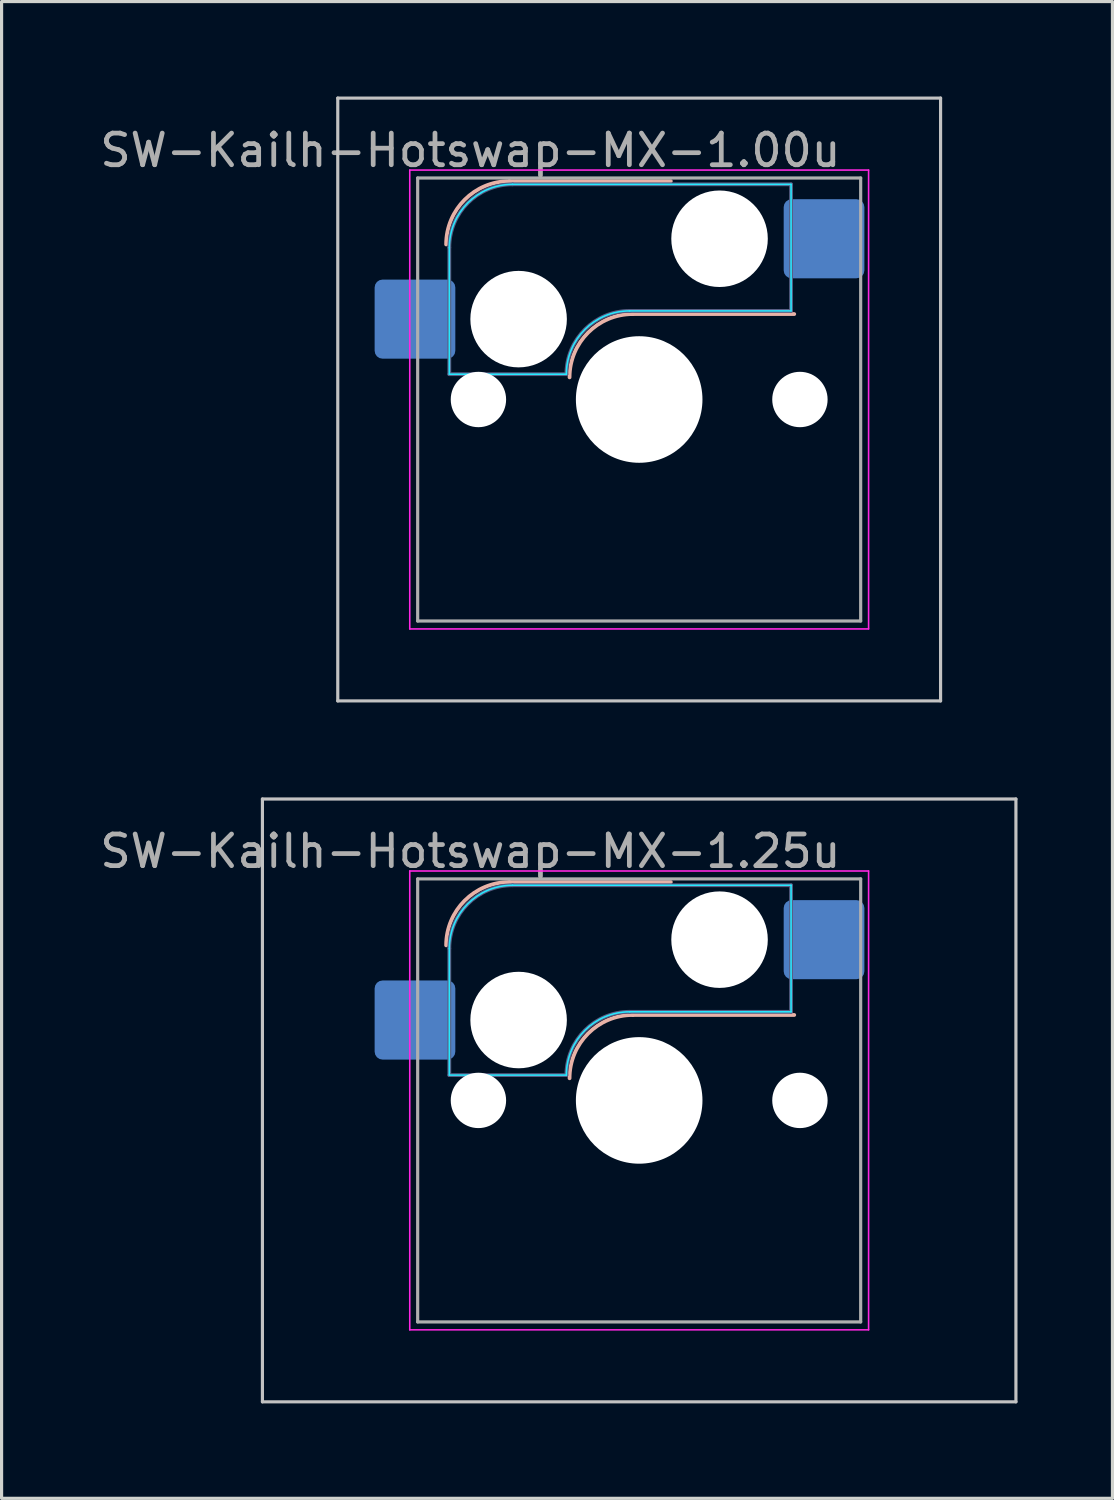
<source format=kicad_pcb>
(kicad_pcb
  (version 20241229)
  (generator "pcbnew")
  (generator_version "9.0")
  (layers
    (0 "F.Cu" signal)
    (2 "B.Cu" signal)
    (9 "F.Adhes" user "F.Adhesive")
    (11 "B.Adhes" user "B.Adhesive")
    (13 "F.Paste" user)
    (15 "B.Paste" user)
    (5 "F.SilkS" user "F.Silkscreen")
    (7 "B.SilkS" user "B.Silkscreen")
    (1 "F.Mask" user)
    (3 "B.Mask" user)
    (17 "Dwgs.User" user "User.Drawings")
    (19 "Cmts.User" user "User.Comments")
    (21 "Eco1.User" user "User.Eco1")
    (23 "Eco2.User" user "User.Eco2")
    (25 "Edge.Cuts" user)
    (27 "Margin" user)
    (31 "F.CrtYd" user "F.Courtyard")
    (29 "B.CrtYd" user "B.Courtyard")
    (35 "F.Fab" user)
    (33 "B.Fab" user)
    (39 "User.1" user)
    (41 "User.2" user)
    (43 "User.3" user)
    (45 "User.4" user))
  (footprint "SW-Kailh-Hotswap-MX-1.25u"
    (layer "F.Cu")
    (at 17.149 31.725)
    (property "Reference" "SW-Kailh-Hotswap-MX-1.25u" (at -5.334 -7.874 0) (layer "F.Fab") (effects (font (size 1 1) (thickness 0.15))))
    (attr smd)
    (fp_line (start -4.1 -6.9) (end 1 -6.9) (stroke (width 0.12) (type solid)) (layer "B.SilkS"))
    (fp_line (start -0.2 -2.7) (end 4.9 -2.7) (stroke (width 0.12) (type solid)) (layer "B.SilkS"))
    (fp_arc (start -6.1 -4.9) (mid -5.514214 -6.314214) (end -4.1 -6.9) (stroke (width 0.12) (type solid)) (layer "B.SilkS"))
    (fp_arc (start -2.2 -0.7) (mid -1.614214 -2.114214) (end -0.2 -2.7) (stroke (width 0.12) (type solid)) (layer "B.SilkS"))
    (fp_line (start -11.906 -9.525) (end -11.906 9.525) (stroke (width 0.1) (type solid)) (layer "Dwgs.User"))
    (fp_line (start -11.906 9.525) (end 11.906 9.525) (stroke (width 0.1) (type solid)) (layer "Dwgs.User"))
    (fp_line (start 11.906 -9.525) (end -11.906 -9.525) (stroke (width 0.1) (type solid)) (layer "Dwgs.User"))
    (fp_line (start 11.906 9.525) (end 11.906 -9.525) (stroke (width 0.1) (type solid)) (layer "Dwgs.User"))
    (fp_line (start -7.8 -6) (end -7 -6) (stroke (width 0.1) (type solid)) (layer "Eco1.User"))
    (fp_line (start -7.8 -2.9) (end -7.8 -6) (stroke (width 0.1) (type solid)) (layer "Eco1.User"))
    (fp_line (start -7.8 2.9) (end -7 2.9) (stroke (width 0.1) (type solid)) (layer "Eco1.User"))
    (fp_line (start -7.8 6) (end -7.8 2.9) (stroke (width 0.1) (type solid)) (layer "Eco1.User"))
    (fp_line (start -7 -7) (end 7 -7) (stroke (width 0.1) (type solid)) (layer "Eco1.User"))
    (fp_line (start -7 -6) (end -7 -7) (stroke (width 0.1) (type solid)) (layer "Eco1.User"))
    (fp_line (start -7 -2.9) (end -7.8 -2.9) (stroke (width 0.1) (type solid)) (layer "Eco1.User"))
    (fp_line (start -7 2.9) (end -7 -2.9) (stroke (width 0.1) (type solid)) (layer "Eco1.User"))
    (fp_line (start -7 6) (end -7.8 6) (stroke (width 0.1) (type solid)) (layer "Eco1.User"))
    (fp_line (start -7 7) (end -7 6) (stroke (width 0.1) (type solid)) (layer "Eco1.User"))
    (fp_line (start 7 -7) (end 7 -6) (stroke (width 0.1) (type solid)) (layer "Eco1.User"))
    (fp_line (start 7 -6) (end 7.8 -6) (stroke (width 0.1) (type solid)) (layer "Eco1.User"))
    (fp_line (start 7 -2.9) (end 7 2.9) (stroke (width 0.1) (type solid)) (layer "Eco1.User"))
    (fp_line (start 7 2.9) (end 7.8 2.9) (stroke (width 0.1) (type solid)) (layer "Eco1.User"))
    (fp_line (start 7 6) (end 7 7) (stroke (width 0.1) (type solid)) (layer "Eco1.User"))
    (fp_line (start 7 7) (end -7 7) (stroke (width 0.1) (type solid)) (layer "Eco1.User"))
    (fp_line (start 7.8 -6) (end 7.8 -2.9) (stroke (width 0.1) (type solid)) (layer "Eco1.User"))
    (fp_line (start 7.8 -2.9) (end 7 -2.9) (stroke (width 0.1) (type solid)) (layer "Eco1.User"))
    (fp_line (start 7.8 2.9) (end 7.8 6) (stroke (width 0.1) (type solid)) (layer "Eco1.User"))
    (fp_line (start 7.8 6) (end 7 6) (stroke (width 0.1) (type solid)) (layer "Eco1.User"))
    (fp_line (start -6 -0.8) (end -6 -4.8) (stroke (width 0.05) (type solid)) (layer "B.CrtYd"))
    (fp_line (start -6 -0.8) (end -2.3 -0.8) (stroke (width 0.05) (type solid)) (layer "B.CrtYd"))
    (fp_line (start -4 -6.8) (end 4.8 -6.8) (stroke (width 0.05) (type solid)) (layer "B.CrtYd"))
    (fp_line (start -0.3 -2.8) (end 4.8 -2.8) (stroke (width 0.05) (type solid)) (layer "B.CrtYd"))
    (fp_line (start 4.8 -6.8) (end 4.8 -2.8) (stroke (width 0.05) (type solid)) (layer "B.CrtYd"))
    (fp_arc (start -6 -4.8) (mid -5.414214 -6.214214) (end -4 -6.8) (stroke (width 0.05) (type solid)) (layer "B.CrtYd"))
    (fp_arc (start -2.3 -0.8) (mid -1.714214 -2.214214) (end -0.3 -2.8) (stroke (width 0.05) (type solid)) (layer "B.CrtYd"))
    (fp_line (start -7.25 -7.25) (end -7.25 7.25) (stroke (width 0.05) (type solid)) (layer "F.CrtYd"))
    (fp_line (start -7.25 7.25) (end 7.25 7.25) (stroke (width 0.05) (type solid)) (layer "F.CrtYd"))
    (fp_line (start 7.25 -7.25) (end -7.25 -7.25) (stroke (width 0.05) (type solid)) (layer "F.CrtYd"))
    (fp_line (start 7.25 7.25) (end 7.25 -7.25) (stroke (width 0.05) (type solid)) (layer "F.CrtYd"))
    (fp_line (start -6 -0.8) (end -6 -4.8) (stroke (width 0.12) (type solid)) (layer "B.Fab"))
    (fp_line (start -6 -0.8) (end -2.3 -0.8) (stroke (width 0.12) (type solid)) (layer "B.Fab"))
    (fp_line (start -4 -6.8) (end 4.8 -6.8) (stroke (width 0.12) (type solid)) (layer "B.Fab"))
    (fp_line (start -0.3 -2.8) (end 4.8 -2.8) (stroke (width 0.12) (type solid)) (layer "B.Fab"))
    (fp_line (start 4.8 -6.8) (end 4.8 -2.8) (stroke (width 0.12) (type solid)) (layer "B.Fab"))
    (fp_arc (start -6 -4.8) (mid -5.414214 -6.214214) (end -4 -6.8) (stroke (width 0.12) (type solid)) (layer "B.Fab"))
    (fp_arc (start -2.3 -0.8) (mid -1.714214 -2.214214) (end -0.3 -2.8) (stroke (width 0.12) (type solid)) (layer "B.Fab"))
    (fp_line (start -7 -7) (end -7 7) (stroke (width 0.1) (type solid)) (layer "F.Fab"))
    (fp_line (start -7 7) (end 7 7) (stroke (width 0.1) (type solid)) (layer "F.Fab"))
    (fp_line (start 7 -7) (end -7 -7) (stroke (width 0.1) (type solid)) (layer "F.Fab"))
    (fp_line (start 7 7) (end 7 -7) (stroke (width 0.1) (type solid)) (layer "F.Fab"))
    (pad "" np_thru_hole circle (at -5.08 0) (size 1.75 1.75) (drill 1.75) (layers "*.Cu" "*.Mask"))
    (pad "" np_thru_hole circle (at -3.81 -2.54) (size 3.05 3.05) (drill 3.05) (layers "*.Cu" "*.Mask"))
    (pad "" np_thru_hole circle (at 0 0) (size 4 4) (drill 4) (layers "*.Cu" "*.Mask"))
    (pad "" np_thru_hole circle (at 2.54 -5.08) (size 3.05 3.05) (drill 3.05) (layers "*.Cu" "*.Mask"))
    (pad "" np_thru_hole circle (at 5.08 0) (size 1.75 1.75) (drill 1.75) (layers "*.Cu" "*.Mask"))
    (pad "1" smd roundrect (at -7.085 -2.54) (size 2.55 2.5) (layers "B.Cu" "B.Mask" "B.Paste") (roundrect_rratio 0.1))
    (pad "2" smd roundrect (at 5.842 -5.08) (size 2.55 2.5) (layers "B.Cu" "B.Mask" "B.Paste") (roundrect_rratio 0.1)))
  (footprint "SW-Kailh-Hotswap-MX-1.00u"
    (layer "F.Cu")
    (at 17.149 9.575)
    (property "Reference" "SW-Kailh-Hotswap-MX-1.00u" (at -5.334 -7.874 0) (layer "F.Fab") (effects (font (size 1 1) (thickness 0.15))))
    (attr smd)
    (fp_line (start -4.1 -6.9) (end 1 -6.9) (stroke (width 0.12) (type solid)) (layer "B.SilkS"))
    (fp_line (start -0.2 -2.7) (end 4.9 -2.7) (stroke (width 0.12) (type solid)) (layer "B.SilkS"))
    (fp_arc (start -6.1 -4.9) (mid -5.514214 -6.314214) (end -4.1 -6.9) (stroke (width 0.12) (type solid)) (layer "B.SilkS"))
    (fp_arc (start -2.2 -0.7) (mid -1.614214 -2.114214) (end -0.2 -2.7) (stroke (width 0.12) (type solid)) (layer "B.SilkS"))
    (fp_line (start -9.525 -9.525) (end -9.525 9.525) (stroke (width 0.1) (type solid)) (layer "Dwgs.User"))
    (fp_line (start -9.525 9.525) (end 9.525 9.525) (stroke (width 0.1) (type solid)) (layer "Dwgs.User"))
    (fp_line (start 9.525 -9.525) (end -9.525 -9.525) (stroke (width 0.1) (type solid)) (layer "Dwgs.User"))
    (fp_line (start 9.525 9.525) (end 9.525 -9.525) (stroke (width 0.1) (type solid)) (layer "Dwgs.User"))
    (fp_line (start -7.8 -6) (end -7 -6) (stroke (width 0.1) (type solid)) (layer "Eco1.User"))
    (fp_line (start -7.8 -2.9) (end -7.8 -6) (stroke (width 0.1) (type solid)) (layer "Eco1.User"))
    (fp_line (start -7.8 2.9) (end -7 2.9) (stroke (width 0.1) (type solid)) (layer "Eco1.User"))
    (fp_line (start -7.8 6) (end -7.8 2.9) (stroke (width 0.1) (type solid)) (layer "Eco1.User"))
    (fp_line (start -7 -7) (end 7 -7) (stroke (width 0.1) (type solid)) (layer "Eco1.User"))
    (fp_line (start -7 -6) (end -7 -7) (stroke (width 0.1) (type solid)) (layer "Eco1.User"))
    (fp_line (start -7 -2.9) (end -7.8 -2.9) (stroke (width 0.1) (type solid)) (layer "Eco1.User"))
    (fp_line (start -7 2.9) (end -7 -2.9) (stroke (width 0.1) (type solid)) (layer "Eco1.User"))
    (fp_line (start -7 6) (end -7.8 6) (stroke (width 0.1) (type solid)) (layer "Eco1.User"))
    (fp_line (start -7 7) (end -7 6) (stroke (width 0.1) (type solid)) (layer "Eco1.User"))
    (fp_line (start 7 -7) (end 7 -6) (stroke (width 0.1) (type solid)) (layer "Eco1.User"))
    (fp_line (start 7 -6) (end 7.8 -6) (stroke (width 0.1) (type solid)) (layer "Eco1.User"))
    (fp_line (start 7 -2.9) (end 7 2.9) (stroke (width 0.1) (type solid)) (layer "Eco1.User"))
    (fp_line (start 7 2.9) (end 7.8 2.9) (stroke (width 0.1) (type solid)) (layer "Eco1.User"))
    (fp_line (start 7 6) (end 7 7) (stroke (width 0.1) (type solid)) (layer "Eco1.User"))
    (fp_line (start 7 7) (end -7 7) (stroke (width 0.1) (type solid)) (layer "Eco1.User"))
    (fp_line (start 7.8 -6) (end 7.8 -2.9) (stroke (width 0.1) (type solid)) (layer "Eco1.User"))
    (fp_line (start 7.8 -2.9) (end 7 -2.9) (stroke (width 0.1) (type solid)) (layer "Eco1.User"))
    (fp_line (start 7.8 2.9) (end 7.8 6) (stroke (width 0.1) (type solid)) (layer "Eco1.User"))
    (fp_line (start 7.8 6) (end 7 6) (stroke (width 0.1) (type solid)) (layer "Eco1.User"))
    (fp_line (start -6 -0.8) (end -6 -4.8) (stroke (width 0.05) (type solid)) (layer "B.CrtYd"))
    (fp_line (start -6 -0.8) (end -2.3 -0.8) (stroke (width 0.05) (type solid)) (layer "B.CrtYd"))
    (fp_line (start -4 -6.8) (end 4.8 -6.8) (stroke (width 0.05) (type solid)) (layer "B.CrtYd"))
    (fp_line (start -0.3 -2.8) (end 4.8 -2.8) (stroke (width 0.05) (type solid)) (layer "B.CrtYd"))
    (fp_line (start 4.8 -6.8) (end 4.8 -2.8) (stroke (width 0.05) (type solid)) (layer "B.CrtYd"))
    (fp_arc (start -6 -4.8) (mid -5.414214 -6.214214) (end -4 -6.8) (stroke (width 0.05) (type solid)) (layer "B.CrtYd"))
    (fp_arc (start -2.3 -0.8) (mid -1.714214 -2.214214) (end -0.3 -2.8) (stroke (width 0.05) (type solid)) (layer "B.CrtYd"))
    (fp_line (start -7.25 -7.25) (end -7.25 7.25) (stroke (width 0.05) (type solid)) (layer "F.CrtYd"))
    (fp_line (start -7.25 7.25) (end 7.25 7.25) (stroke (width 0.05) (type solid)) (layer "F.CrtYd"))
    (fp_line (start 7.25 -7.25) (end -7.25 -7.25) (stroke (width 0.05) (type solid)) (layer "F.CrtYd"))
    (fp_line (start 7.25 7.25) (end 7.25 -7.25) (stroke (width 0.05) (type solid)) (layer "F.CrtYd"))
    (fp_line (start -6 -0.8) (end -6 -4.8) (stroke (width 0.12) (type solid)) (layer "B.Fab"))
    (fp_line (start -6 -0.8) (end -2.3 -0.8) (stroke (width 0.12) (type solid)) (layer "B.Fab"))
    (fp_line (start -4 -6.8) (end 4.8 -6.8) (stroke (width 0.12) (type solid)) (layer "B.Fab"))
    (fp_line (start -0.3 -2.8) (end 4.8 -2.8) (stroke (width 0.12) (type solid)) (layer "B.Fab"))
    (fp_line (start 4.8 -6.8) (end 4.8 -2.8) (stroke (width 0.12) (type solid)) (layer "B.Fab"))
    (fp_arc (start -6 -4.8) (mid -5.414214 -6.214214) (end -4 -6.8) (stroke (width 0.12) (type solid)) (layer "B.Fab"))
    (fp_arc (start -2.3 -0.8) (mid -1.714214 -2.214214) (end -0.3 -2.8) (stroke (width 0.12) (type solid)) (layer "B.Fab"))
    (fp_line (start -7 -7) (end -7 7) (stroke (width 0.1) (type solid)) (layer "F.Fab"))
    (fp_line (start -7 7) (end 7 7) (stroke (width 0.1) (type solid)) (layer "F.Fab"))
    (fp_line (start 7 -7) (end -7 -7) (stroke (width 0.1) (type solid)) (layer "F.Fab"))
    (fp_line (start 7 7) (end 7 -7) (stroke (width 0.1) (type solid)) (layer "F.Fab"))
    (pad "" np_thru_hole circle (at -5.08 0) (size 1.75 1.75) (drill 1.75) (layers "*.Cu" "*.Mask"))
    (pad "" np_thru_hole circle (at -3.81 -2.54) (size 3.05 3.05) (drill 3.05) (layers "*.Cu" "*.Mask"))
    (pad "" np_thru_hole circle (at 0 0) (size 4 4) (drill 4) (layers "*.Cu" "*.Mask"))
    (pad "" np_thru_hole circle (at 2.54 -5.08) (size 3.05 3.05) (drill 3.05) (layers "*.Cu" "*.Mask"))
    (pad "" np_thru_hole circle (at 5.08 0) (size 1.75 1.75) (drill 1.75) (layers "*.Cu" "*.Mask"))
    (pad "1" smd roundrect (at -7.085 -2.54) (size 2.55 2.5) (layers "B.Cu" "B.Mask" "B.Paste") (roundrect_rratio 0.1))
    (pad "2" smd roundrect (at 5.842 -5.08) (size 2.55 2.5) (layers "B.Cu" "B.Mask" "B.Paste") (roundrect_rratio 0.1)))
  (gr_rect
    (start -3 -3)
    (end 32.106 44.3)
    (stroke (width 0.1) (type default))
    (fill no)
    (layer "Edge.Cuts")))
</source>
